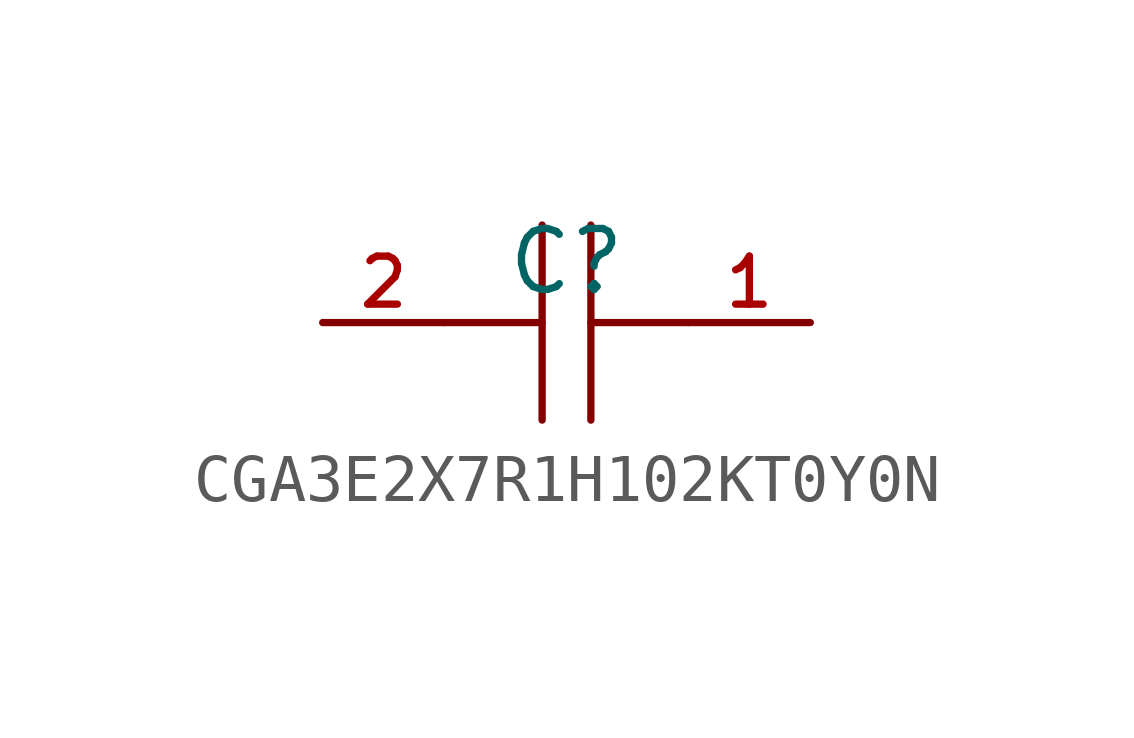
<source format=kicad_sym>
(kicad_symbol_lib
  (version 20210201)
  (generator TousstNicolas/JLC2KiCad_lib)
  (symbol "CGA3E2X7R1H102KT0Y0N"
    (pin_names hide)
    (property "Reference" "C"
      (at 0 1.27 0)
      (effects (font (size 1.27 1.27))))
    (symbol "CGA3E2X7R1H102KT0Y0N_0_1"
      (polyline (pts (xy 0.508 2.032) (xy 0.508 -2.032)) (stroke (width 0) (type default) (color 0 0 0 0)) (fill (type none)))
      (pin unspecified line (at 5.08 -0.0 180) (length 2.54) (name "1" (effects (font (size 1 1)))) (number "1" (effects (font (size 1 1)))))
      (polyline (pts (xy -2.54 -0.0) (xy -0.508 -0.0)) (stroke (width 0) (type default) (color 0 0 0 0)) (fill (type none)))
      (polyline (pts (xy -0.508 -2.032) (xy -0.508 2.032)) (stroke (width 0) (type default) (color 0 0 0 0)) (fill (type none)))
      (pin unspecified line (at -5.08 -0.0 0) (length 2.54) (name "2" (effects (font (size 1 1)))) (number "2" (effects (font (size 1 1)))))
      (polyline (pts (xy 0.508 -0.0) (xy 2.54 -0.0)) (stroke (width 0) (type default) (color 0 0 0 0)) (fill (type none))))))
</source>
